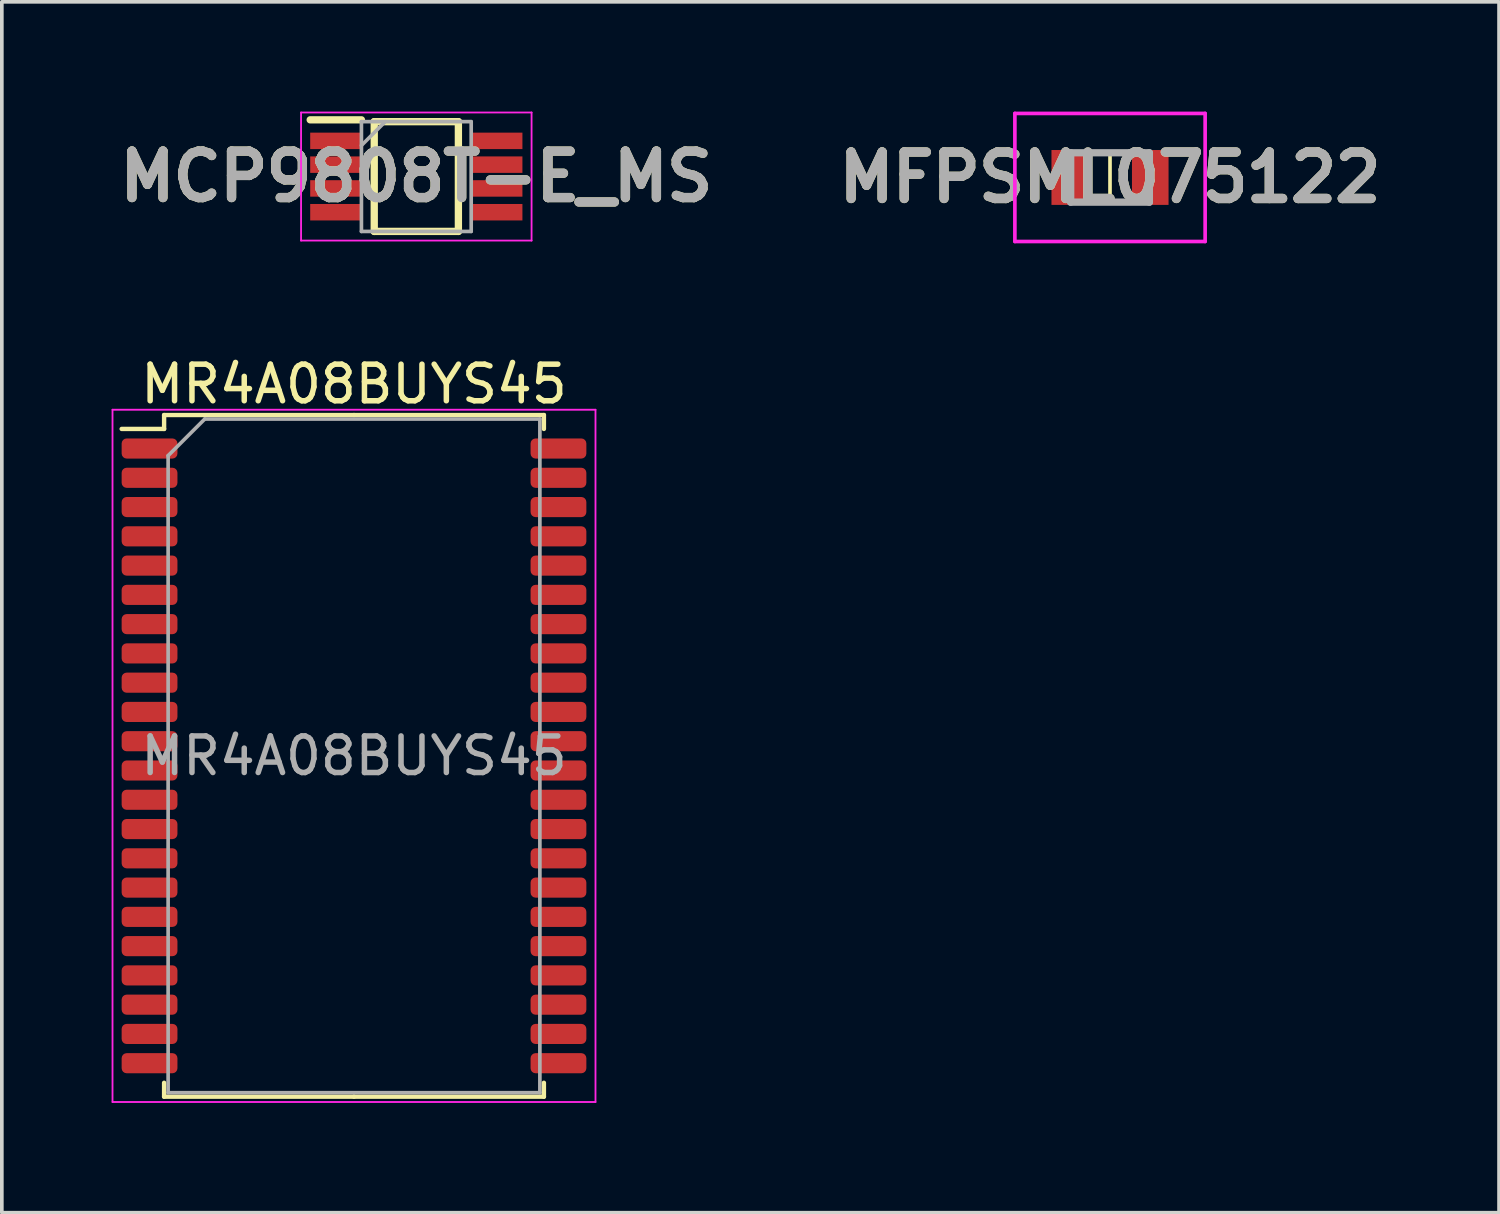
<source format=kicad_pcb>
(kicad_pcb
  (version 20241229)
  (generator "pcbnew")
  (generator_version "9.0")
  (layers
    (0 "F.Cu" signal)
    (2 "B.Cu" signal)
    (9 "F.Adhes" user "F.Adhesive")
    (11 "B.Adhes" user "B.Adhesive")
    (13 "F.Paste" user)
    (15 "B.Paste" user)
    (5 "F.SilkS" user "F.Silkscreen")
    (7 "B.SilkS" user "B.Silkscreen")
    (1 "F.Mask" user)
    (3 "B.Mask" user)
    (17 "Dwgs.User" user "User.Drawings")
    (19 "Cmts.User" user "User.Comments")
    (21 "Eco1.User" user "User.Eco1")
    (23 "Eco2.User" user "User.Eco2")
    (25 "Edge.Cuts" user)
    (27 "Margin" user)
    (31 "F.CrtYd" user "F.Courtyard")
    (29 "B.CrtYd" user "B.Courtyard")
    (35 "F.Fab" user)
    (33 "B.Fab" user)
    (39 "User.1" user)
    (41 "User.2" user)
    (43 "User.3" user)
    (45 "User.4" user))
  (footprint "MFPSML075122"
    (layer "F.Cu")
    (at 27.287 1.8)
    (property "Reference" "MFPSML075122" (at 0 0 0) (layer "F.SilkS") (effects (font (size 1.27 1.27) (thickness 0.254))))
    (attr smd)
    (fp_line (start 0 -0.675) (end 0 0.675) (stroke (width 0.1) (type solid)) (layer "F.SilkS"))
    (fp_line (start -2.6 -1.75) (end 2.6 -1.75) (stroke (width 0.1) (type solid)) (layer "F.CrtYd"))
    (fp_line (start -2.6 1.75) (end -2.6 -1.75) (stroke (width 0.1) (type solid)) (layer "F.CrtYd"))
    (fp_line (start 2.6 -1.75) (end 2.6 1.75) (stroke (width 0.1) (type solid)) (layer "F.CrtYd"))
    (fp_line (start 2.6 1.75) (end -2.6 1.75) (stroke (width 0.1) (type solid)) (layer "F.CrtYd"))
    (fp_line (start -1.075 -0.675) (end 1.075 -0.675) (stroke (width 0.2) (type solid)) (layer "F.Fab"))
    (fp_line (start -1.075 0.675) (end -1.075 -0.675) (stroke (width 0.2) (type solid)) (layer "F.Fab"))
    (fp_line (start 1.075 -0.675) (end 1.075 0.675) (stroke (width 0.2) (type solid)) (layer "F.Fab"))
    (fp_line (start 1.075 0.675) (end -1.075 0.675) (stroke (width 0.2) (type solid)) (layer "F.Fab"))
    (fp_text user "${REFERENCE}" (at 0 0 0) (layer "F.Fab") (effects (font (size 1.27 1.27) (thickness 0.254))))
    (pad "1" smd rect (at -1.1 0) (size 1 1.5) (layers "F.Cu" "F.Mask" "F.Paste"))
    (pad "2" smd rect (at 1.1 0) (size 1 1.5) (layers "F.Cu" "F.Mask" "F.Paste")))
  (footprint "MCP9808T-E_MS"
    (layer "F.Cu")
    (at 8.328 1.775)
    (property "Reference" "MCP9808T-E_MS" (at 0 0 0) (layer "F.SilkS") (effects (font (size 1.27 1.27) (thickness 0.254))))
    (attr smd)
    (fp_line (start -2.9 -1.55) (end -1.5 -1.55) (stroke (width 0.2) (type solid)) (layer "F.SilkS"))
    (fp_line (start -1.15 -1.5) (end 1.15 -1.5) (stroke (width 0.2) (type solid)) (layer "F.SilkS"))
    (fp_line (start -1.15 1.5) (end -1.15 -1.5) (stroke (width 0.2) (type solid)) (layer "F.SilkS"))
    (fp_line (start 1.15 -1.5) (end 1.15 1.5) (stroke (width 0.2) (type solid)) (layer "F.SilkS"))
    (fp_line (start 1.15 1.5) (end -1.15 1.5) (stroke (width 0.2) (type solid)) (layer "F.SilkS"))
    (fp_line (start -3.15 -1.75) (end 3.15 -1.75) (stroke (width 0.05) (type solid)) (layer "F.CrtYd"))
    (fp_line (start -3.15 1.75) (end -3.15 -1.75) (stroke (width 0.05) (type solid)) (layer "F.CrtYd"))
    (fp_line (start 3.15 -1.75) (end 3.15 1.75) (stroke (width 0.05) (type solid)) (layer "F.CrtYd"))
    (fp_line (start 3.15 1.75) (end -3.15 1.75) (stroke (width 0.05) (type solid)) (layer "F.CrtYd"))
    (fp_line (start -1.5 -1.5) (end 1.5 -1.5) (stroke (width 0.1) (type solid)) (layer "F.Fab"))
    (fp_line (start -1.5 -0.85) (end -0.85 -1.5) (stroke (width 0.1) (type solid)) (layer "F.Fab"))
    (fp_line (start -1.5 1.5) (end -1.5 -1.5) (stroke (width 0.1) (type solid)) (layer "F.Fab"))
    (fp_line (start 1.5 -1.5) (end 1.5 1.5) (stroke (width 0.1) (type solid)) (layer "F.Fab"))
    (fp_line (start 1.5 1.5) (end -1.5 1.5) (stroke (width 0.1) (type solid)) (layer "F.Fab"))
    (fp_text user "${REFERENCE}" (at 0 0 0) (layer "F.Fab") (effects (font (size 1.27 1.27) (thickness 0.254))))
    (pad "1" smd rect (at -2.2 -0.975 90) (size 0.45 1.4) (layers "F.Cu" "F.Mask" "F.Paste"))
    (pad "2" smd rect (at -2.2 -0.325 90) (size 0.45 1.4) (layers "F.Cu" "F.Mask" "F.Paste"))
    (pad "3" smd rect (at -2.2 0.325 90) (size 0.45 1.4) (layers "F.Cu" "F.Mask" "F.Paste"))
    (pad "4" smd rect (at -2.2 0.975 90) (size 0.45 1.4) (layers "F.Cu" "F.Mask" "F.Paste"))
    (pad "5" smd rect (at 2.2 0.975 90) (size 0.45 1.4) (layers "F.Cu" "F.Mask" "F.Paste"))
    (pad "6" smd rect (at 2.2 0.325 90) (size 0.45 1.4) (layers "F.Cu" "F.Mask" "F.Paste"))
    (pad "7" smd rect (at 2.2 -0.325 90) (size 0.45 1.4) (layers "F.Cu" "F.Mask" "F.Paste"))
    (pad "8" smd rect (at 2.2 -0.975 90) (size 0.45 1.4) (layers "F.Cu" "F.Mask" "F.Paste")))
  (footprint "MR4A08BUYS45"
    (layer "F.Cu")
    (at 6.625 17.608)
    (property "Reference" "MR4A08BUYS45" (at 0 -10.16 0) (layer "F.SilkS") (effects (font (size 1 1) (thickness 0.15))))
    (attr smd)
    (fp_line (start -5.19 -9.315) (end -5.19 -8.935) (stroke (width 0.12) (type solid)) (layer "F.SilkS"))
    (fp_line (start -5.19 -8.935) (end -6.35 -8.935) (stroke (width 0.12) (type solid)) (layer "F.SilkS"))
    (fp_line (start -5.19 9.315) (end -5.19 8.935) (stroke (width 0.12) (type solid)) (layer "F.SilkS"))
    (fp_line (start 0 -9.315) (end -5.19 -9.315) (stroke (width 0.12) (type solid)) (layer "F.SilkS"))
    (fp_line (start 0 -9.315) (end 5.19 -9.315) (stroke (width 0.12) (type solid)) (layer "F.SilkS"))
    (fp_line (start 0 9.315) (end -5.19 9.315) (stroke (width 0.12) (type solid)) (layer "F.SilkS"))
    (fp_line (start 0 9.315) (end 5.19 9.315) (stroke (width 0.12) (type solid)) (layer "F.SilkS"))
    (fp_line (start 5.19 -9.315) (end 5.19 -8.935) (stroke (width 0.12) (type solid)) (layer "F.SilkS"))
    (fp_line (start 5.19 9.315) (end 5.19 8.935) (stroke (width 0.12) (type solid)) (layer "F.SilkS"))
    (fp_line (start -6.6 -9.46) (end -6.6 9.46) (stroke (width 0.05) (type solid)) (layer "F.CrtYd"))
    (fp_line (start -6.6 9.46) (end 6.6 9.46) (stroke (width 0.05) (type solid)) (layer "F.CrtYd"))
    (fp_line (start 6.6 -9.46) (end -6.6 -9.46) (stroke (width 0.05) (type solid)) (layer "F.CrtYd"))
    (fp_line (start 6.6 9.46) (end 6.6 -9.46) (stroke (width 0.05) (type solid)) (layer "F.CrtYd"))
    (fp_line (start -5.08 -8.205) (end -4.08 -9.205) (stroke (width 0.1) (type solid)) (layer "F.Fab"))
    (fp_line (start -5.08 9.205) (end -5.08 -8.205) (stroke (width 0.1) (type solid)) (layer "F.Fab"))
    (fp_line (start -4.08 -9.205) (end 5.08 -9.205) (stroke (width 0.1) (type solid)) (layer "F.Fab"))
    (fp_line (start 5.08 -9.205) (end 5.08 9.205) (stroke (width 0.1) (type solid)) (layer "F.Fab"))
    (fp_line (start 5.08 9.205) (end -5.08 9.205) (stroke (width 0.1) (type solid)) (layer "F.Fab"))
    (fp_text user "${REFERENCE}" (at 0 0 0) (layer "F.Fab") (effects (font (size 1 1) (thickness 0.15))))
    (pad "1" smd roundrect (at -5.588 -8.4) (size 1.525 0.55) (layers "F.Cu" "F.Mask" "F.Paste") (roundrect_rratio 0.25))
    (pad "2" smd roundrect (at -5.588 -7.6) (size 1.525 0.55) (layers "F.Cu" "F.Mask" "F.Paste") (roundrect_rratio 0.25))
    (pad "3" smd roundrect (at -5.588 -6.8) (size 1.525 0.55) (layers "F.Cu" "F.Mask" "F.Paste") (roundrect_rratio 0.25))
    (pad "4" smd roundrect (at -5.588 -6) (size 1.525 0.55) (layers "F.Cu" "F.Mask" "F.Paste") (roundrect_rratio 0.25))
    (pad "5" smd roundrect (at -5.588 -5.2) (size 1.525 0.55) (layers "F.Cu" "F.Mask" "F.Paste") (roundrect_rratio 0.25))
    (pad "6" smd roundrect (at -5.588 -4.4) (size 1.525 0.55) (layers "F.Cu" "F.Mask" "F.Paste") (roundrect_rratio 0.25))
    (pad "7" smd roundrect (at -5.588 -3.6) (size 1.525 0.55) (layers "F.Cu" "F.Mask" "F.Paste") (roundrect_rratio 0.25))
    (pad "8" smd roundrect (at -5.588 -2.8) (size 1.525 0.55) (layers "F.Cu" "F.Mask" "F.Paste") (roundrect_rratio 0.25))
    (pad "9" smd roundrect (at -5.588 -2) (size 1.525 0.55) (layers "F.Cu" "F.Mask" "F.Paste") (roundrect_rratio 0.25))
    (pad "10" smd roundrect (at -5.588 -1.2) (size 1.525 0.55) (layers "F.Cu" "F.Mask" "F.Paste") (roundrect_rratio 0.25))
    (pad "11" smd roundrect (at -5.588 -0.4) (size 1.525 0.55) (layers "F.Cu" "F.Mask" "F.Paste") (roundrect_rratio 0.25))
    (pad "12" smd roundrect (at -5.588 0.4) (size 1.525 0.55) (layers "F.Cu" "F.Mask" "F.Paste") (roundrect_rratio 0.25))
    (pad "13" smd roundrect (at -5.588 1.2) (size 1.525 0.55) (layers "F.Cu" "F.Mask" "F.Paste") (roundrect_rratio 0.25))
    (pad "14" smd roundrect (at -5.588 2) (size 1.525 0.55) (layers "F.Cu" "F.Mask" "F.Paste") (roundrect_rratio 0.25))
    (pad "15" smd roundrect (at -5.588 2.8) (size 1.525 0.55) (layers "F.Cu" "F.Mask" "F.Paste") (roundrect_rratio 0.25))
    (pad "16" smd roundrect (at -5.588 3.6) (size 1.525 0.55) (layers "F.Cu" "F.Mask" "F.Paste") (roundrect_rratio 0.25))
    (pad "17" smd roundrect (at -5.588 4.4) (size 1.525 0.55) (layers "F.Cu" "F.Mask" "F.Paste") (roundrect_rratio 0.25))
    (pad "18" smd roundrect (at -5.588 5.2) (size 1.525 0.55) (layers "F.Cu" "F.Mask" "F.Paste") (roundrect_rratio 0.25))
    (pad "19" smd roundrect (at -5.588 6) (size 1.525 0.55) (layers "F.Cu" "F.Mask" "F.Paste") (roundrect_rratio 0.25))
    (pad "20" smd roundrect (at -5.588 6.8) (size 1.525 0.55) (layers "F.Cu" "F.Mask" "F.Paste") (roundrect_rratio 0.25))
    (pad "21" smd roundrect (at -5.588 7.6) (size 1.525 0.55) (layers "F.Cu" "F.Mask" "F.Paste") (roundrect_rratio 0.25))
    (pad "22" smd roundrect (at -5.588 8.4) (size 1.525 0.55) (layers "F.Cu" "F.Mask" "F.Paste") (roundrect_rratio 0.25))
    (pad "23" smd roundrect (at 5.588 8.4) (size 1.525 0.55) (layers "F.Cu" "F.Mask" "F.Paste") (roundrect_rratio 0.25))
    (pad "24" smd roundrect (at 5.588 7.6) (size 1.525 0.55) (layers "F.Cu" "F.Mask" "F.Paste") (roundrect_rratio 0.25))
    (pad "25" smd roundrect (at 5.588 6.8) (size 1.525 0.55) (layers "F.Cu" "F.Mask" "F.Paste") (roundrect_rratio 0.25))
    (pad "26" smd roundrect (at 5.588 6) (size 1.525 0.55) (layers "F.Cu" "F.Mask" "F.Paste") (roundrect_rratio 0.25))
    (pad "27" smd roundrect (at 5.588 5.2) (size 1.525 0.55) (layers "F.Cu" "F.Mask" "F.Paste") (roundrect_rratio 0.25))
    (pad "28" smd roundrect (at 5.588 4.4) (size 1.525 0.55) (layers "F.Cu" "F.Mask" "F.Paste") (roundrect_rratio 0.25))
    (pad "29" smd roundrect (at 5.588 3.6) (size 1.525 0.55) (layers "F.Cu" "F.Mask" "F.Paste") (roundrect_rratio 0.25))
    (pad "30" smd roundrect (at 5.588 2.8) (size 1.525 0.55) (layers "F.Cu" "F.Mask" "F.Paste") (roundrect_rratio 0.25))
    (pad "31" smd roundrect (at 5.588 2) (size 1.525 0.55) (layers "F.Cu" "F.Mask" "F.Paste") (roundrect_rratio 0.25))
    (pad "32" smd roundrect (at 5.588 1.2) (size 1.525 0.55) (layers "F.Cu" "F.Mask" "F.Paste") (roundrect_rratio 0.25))
    (pad "33" smd roundrect (at 5.588 0.4) (size 1.525 0.55) (layers "F.Cu" "F.Mask" "F.Paste") (roundrect_rratio 0.25))
    (pad "34" smd roundrect (at 5.588 -0.4) (size 1.525 0.55) (layers "F.Cu" "F.Mask" "F.Paste") (roundrect_rratio 0.25))
    (pad "35" smd roundrect (at 5.588 -1.2) (size 1.525 0.55) (layers "F.Cu" "F.Mask" "F.Paste") (roundrect_rratio 0.25))
    (pad "36" smd roundrect (at 5.588 -2) (size 1.525 0.55) (layers "F.Cu" "F.Mask" "F.Paste") (roundrect_rratio 0.25))
    (pad "37" smd roundrect (at 5.588 -2.8) (size 1.525 0.55) (layers "F.Cu" "F.Mask" "F.Paste") (roundrect_rratio 0.25))
    (pad "38" smd roundrect (at 5.588 -3.6) (size 1.525 0.55) (layers "F.Cu" "F.Mask" "F.Paste") (roundrect_rratio 0.25))
    (pad "39" smd roundrect (at 5.588 -4.4) (size 1.525 0.55) (layers "F.Cu" "F.Mask" "F.Paste") (roundrect_rratio 0.25))
    (pad "40" smd roundrect (at 5.588 -5.2) (size 1.525 0.55) (layers "F.Cu" "F.Mask" "F.Paste") (roundrect_rratio 0.25))
    (pad "41" smd roundrect (at 5.588 -6) (size 1.525 0.55) (layers "F.Cu" "F.Mask" "F.Paste") (roundrect_rratio 0.25))
    (pad "42" smd roundrect (at 5.588 -6.8) (size 1.525 0.55) (layers "F.Cu" "F.Mask" "F.Paste") (roundrect_rratio 0.25))
    (pad "43" smd roundrect (at 5.588 -7.6) (size 1.525 0.55) (layers "F.Cu" "F.Mask" "F.Paste") (roundrect_rratio 0.25))
    (pad "44" smd roundrect (at 5.588 -8.4) (size 1.525 0.55) (layers "F.Cu" "F.Mask" "F.Paste") (roundrect_rratio 0.25)))
  (gr_rect
    (start -3 -3)
    (end 37.919 30.093)
    (stroke (width 0.1) (type default))
    (fill no)
    (layer "Edge.Cuts")))
</source>
